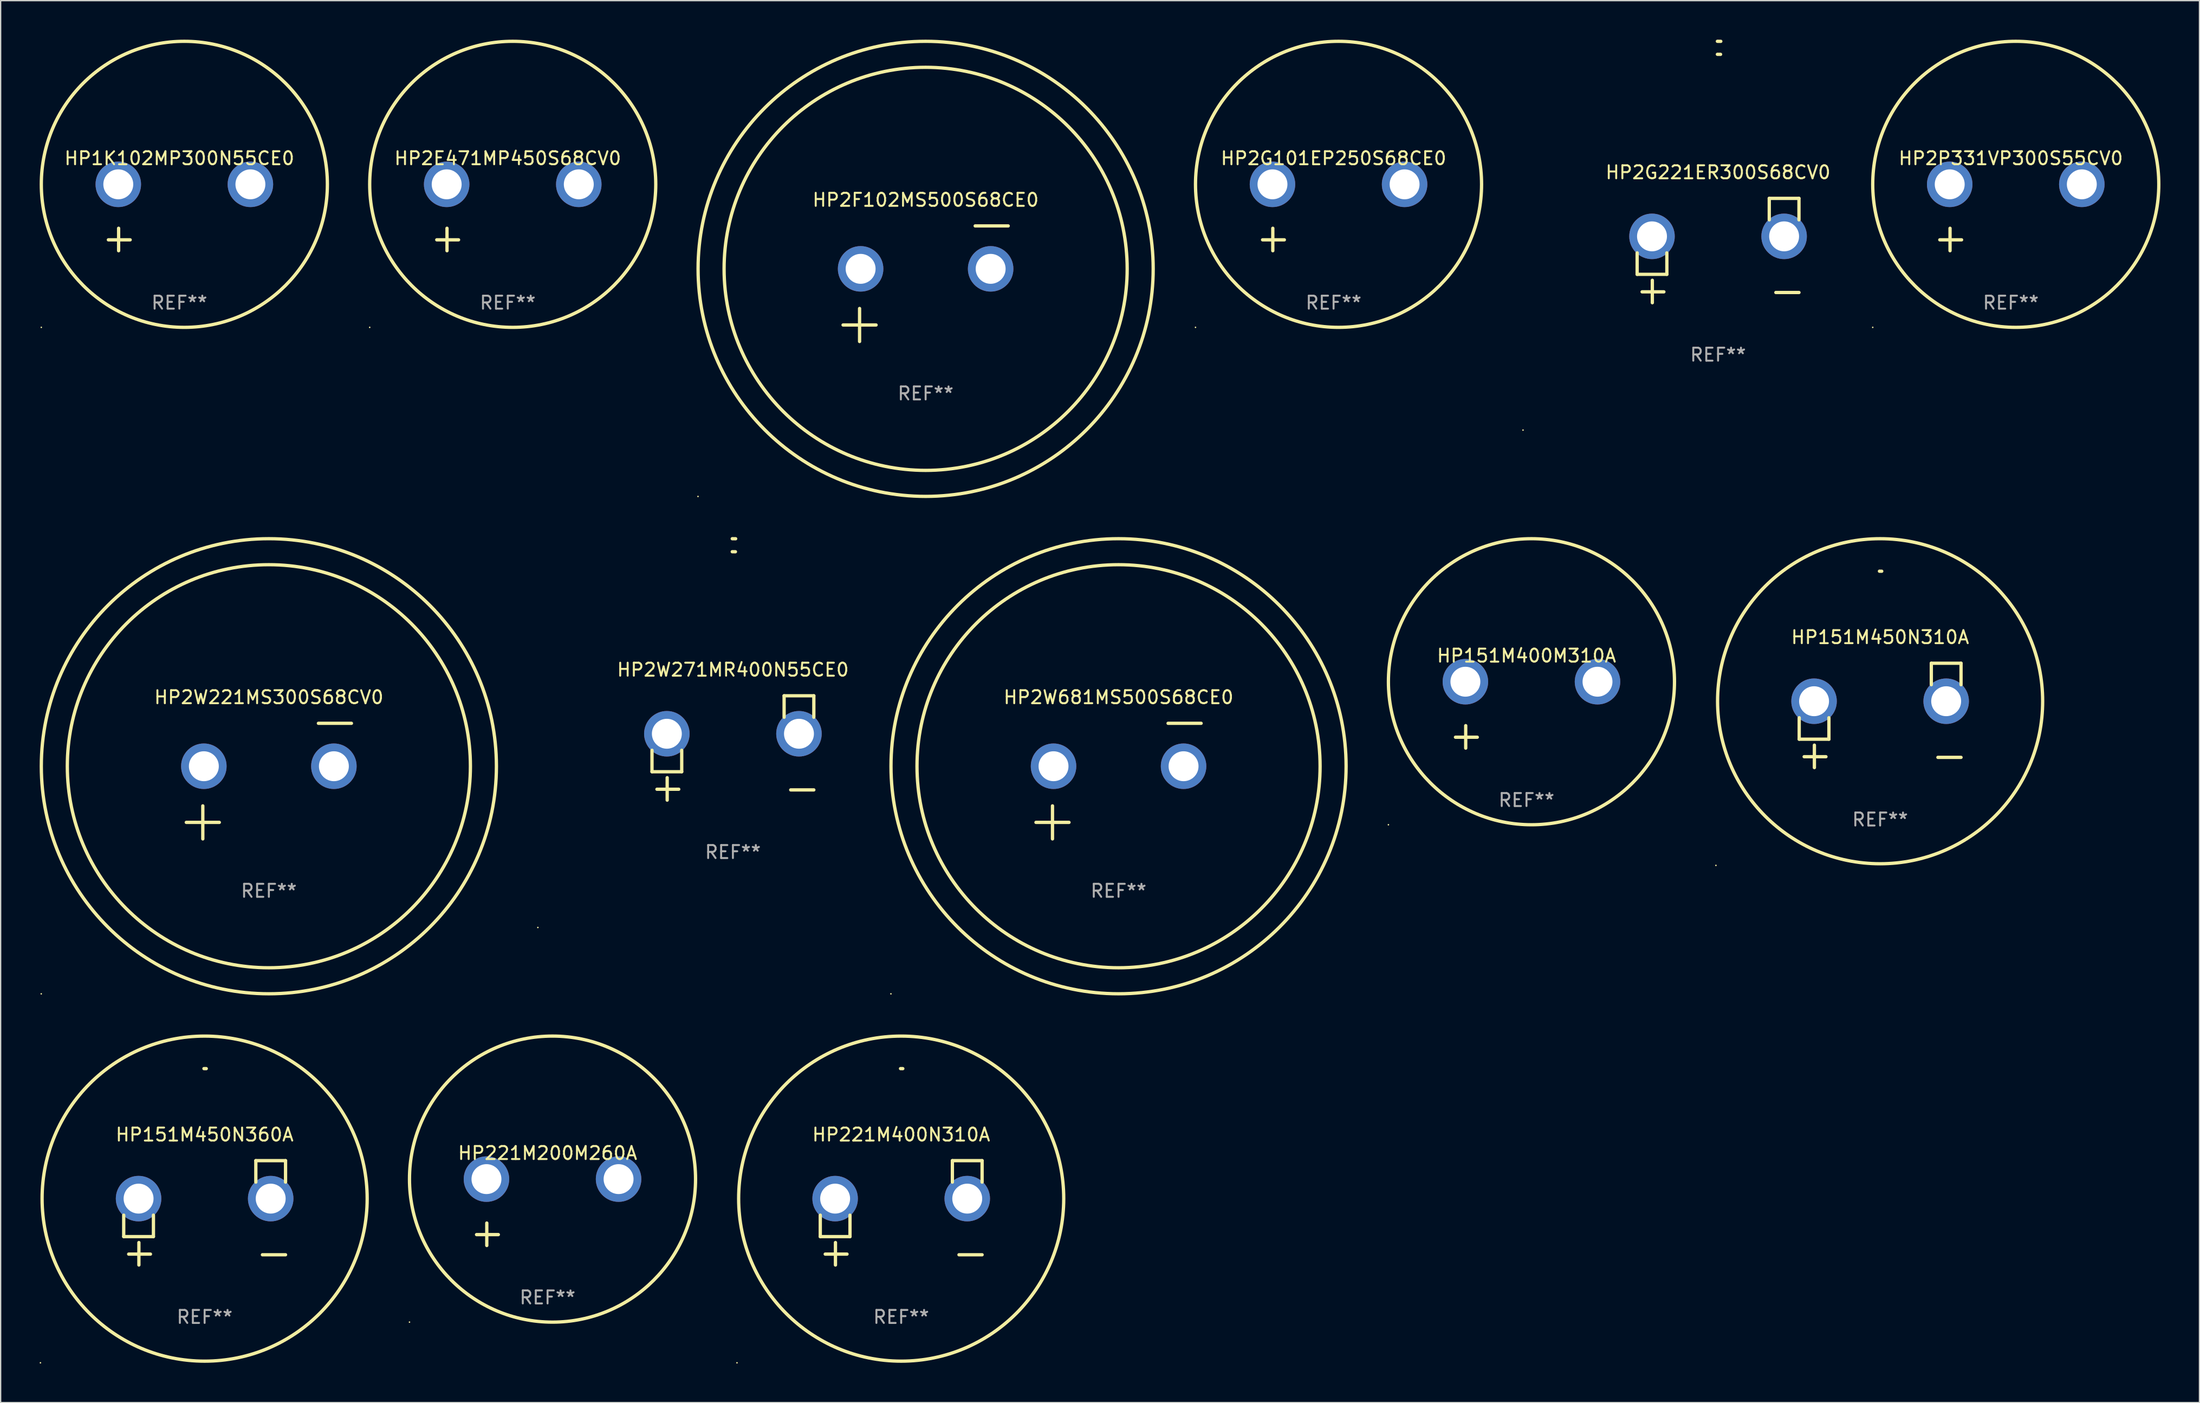
<source format=kicad_pcb>
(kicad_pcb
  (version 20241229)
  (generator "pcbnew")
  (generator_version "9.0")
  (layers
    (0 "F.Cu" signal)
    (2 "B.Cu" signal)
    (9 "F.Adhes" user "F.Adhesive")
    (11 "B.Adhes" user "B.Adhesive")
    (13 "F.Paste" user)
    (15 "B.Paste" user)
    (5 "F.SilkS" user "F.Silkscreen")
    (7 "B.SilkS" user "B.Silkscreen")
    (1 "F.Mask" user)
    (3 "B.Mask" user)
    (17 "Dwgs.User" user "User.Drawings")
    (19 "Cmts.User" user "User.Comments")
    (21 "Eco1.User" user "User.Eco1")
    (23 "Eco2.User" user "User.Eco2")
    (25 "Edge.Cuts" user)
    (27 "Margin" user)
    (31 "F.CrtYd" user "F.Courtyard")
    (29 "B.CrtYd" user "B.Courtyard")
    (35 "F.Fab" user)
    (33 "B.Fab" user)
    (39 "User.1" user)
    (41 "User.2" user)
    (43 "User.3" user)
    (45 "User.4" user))
  (footprint "HP151M400M310A"
    (layer "F.Cu")
    (at 114.344 51.934)
    (property "Reference" "HP151M400M310A" (at 0 -4.553 0) (layer "F.SilkS") (effects (font (size 1 1) (thickness 0.15))))
    (attr through_hole)
    (fp_line (start -4.674 2.553) (end -4.674 0.826) (stroke (width 0.254) (type solid)) (layer "F.SilkS"))
    (fp_line (start -3.785 1.715) (end -5.461 1.715) (stroke (width 0.254) (type solid)) (layer "F.SilkS"))
    (fp_circle (center -10.619 8.447) (end -10.589 8.447) (stroke (width 0.06) (type solid)) (fill no) (layer "F.SilkS"))
    (fp_circle (center 0.381 -2.553) (end 11.381 -2.553) (stroke (width 0.254) (type solid)) (fill no) (layer "F.SilkS"))
    (fp_text user "REF**" (at 0 6.553 0) (layer "F.Fab") (effects (font (size 1 1) (thickness 0.15))))
    (pad "1" thru_hole circle (at -4.699 -2.553) (size 3.5 3.5) (drill 2.3) (layers "*.Cu" "*.Mask"))
    (pad "2" thru_hole circle (at 5.461 -2.553) (size 3.5 3.5) (drill 2.3) (layers "*.Cu" "*.Mask")))
  (footprint "HP151M450N360A"
    (layer "F.Cu")
    (at 12.687 90.228)
    (property "Reference" "HP151M450N360A" (at 0 -6.013 0) (layer "F.SilkS") (effects (font (size 1 1) (thickness 0.15))))
    (attr through_hole)
    (fp_line (start -6.223 0.178) (end -6.223 1.829) (stroke (width 0.254) (type solid)) (layer "F.SilkS"))
    (fp_line (start -6.223 1.829) (end -3.937 1.829) (stroke (width 0.254) (type solid)) (layer "F.SilkS"))
    (fp_line (start -5.055 4.013) (end -5.055 2.286) (stroke (width 0.254) (type solid)) (layer "F.SilkS"))
    (fp_line (start -4.166 3.175) (end -5.842 3.175) (stroke (width 0.254) (type solid)) (layer "F.SilkS"))
    (fp_line (start -3.937 1.829) (end -3.937 0.178) (stroke (width 0.254) (type solid)) (layer "F.SilkS"))
    (fp_line (start 3.937 -4.013) (end 3.937 -2.362) (stroke (width 0.254) (type solid)) (layer "F.SilkS"))
    (fp_line (start 6.223 -4.013) (end 3.937 -4.013) (stroke (width 0.254) (type solid)) (layer "F.SilkS"))
    (fp_line (start 6.223 -2.362) (end 6.223 -4.013) (stroke (width 0.254) (type solid)) (layer "F.SilkS"))
    (fp_line (start 6.223 3.226) (end 4.445 3.226) (stroke (width 0.254) (type solid)) (layer "F.SilkS"))
    (fp_arc (start -0.0508 -11.092202) (mid 0.036835 -11.091307) (end 0.12446 -11.089662) (stroke (width 0.254001) (type solid)) (layer "F.SilkS"))
    (fp_circle (center -12.627 11.535) (end -12.597 11.535) (stroke (width 0.06) (type solid)) (fill no) (layer "F.SilkS"))
    (fp_circle (center 0 -1.092) (end 12.5 -1.092) (stroke (width 0.254) (type solid)) (fill no) (layer "F.SilkS"))
    (fp_text user "REF**" (at 0 8.013 0) (layer "F.Fab") (effects (font (size 1 1) (thickness 0.15))))
    (pad "1" thru_hole circle (at -5.08 -1.092) (size 3.5 3.5) (drill 2.3) (layers "*.Cu" "*.Mask"))
    (pad "2" thru_hole circle (at 5.08 -1.092) (size 3.5 3.5) (drill 2.3) (layers "*.Cu" "*.Mask")))
  (footprint "HP2W681MS500S68CE0"
    (layer "F.Cu")
    (at 82.971 57.024)
    (property "Reference" "HP2W681MS500S68CE0" (at 0 -6.445 0) (layer "F.SilkS") (effects (font (size 1 1) (thickness 0.15))))
    (attr through_hole)
    (fp_line (start -6.35 3.175) (end -3.81 3.175) (stroke (width 0.254) (type solid)) (layer "F.SilkS"))
    (fp_line (start -5.08 1.905) (end -5.08 4.445) (stroke (width 0.254) (type solid)) (layer "F.SilkS"))
    (fp_line (start 3.81 -4.445) (end 6.35 -4.445) (stroke (width 0.254) (type solid)) (layer "F.SilkS"))
    (fp_circle (center -17.505 16.362) (end -17.475 16.362) (stroke (width 0.06) (type solid)) (fill no) (layer "F.SilkS"))
    (fp_circle (center 0 -1.143) (end 15.5 -1.143) (stroke (width 0.254) (type solid)) (fill no) (layer "F.SilkS"))
    (fp_circle (center 0 -1.143) (end 17.5 -1.143) (stroke (width 0.254) (type solid)) (fill no) (layer "F.SilkS"))
    (fp_text user "REF**" (at 0 8.445 0) (layer "F.Fab") (effects (font (size 1 1) (thickness 0.15))))
    (pad "1" thru_hole circle (at -5 -1.143) (size 3.5 3.5) (drill 2.3) (layers "*.Cu" "*.Mask"))
    (pad "2" thru_hole circle (at 5 -1.143) (size 3.5 3.5) (drill 2.3) (layers "*.Cu" "*.Mask")))
  (footprint "HP151M450N310A"
    (layer "F.Cu")
    (at 141.539 51.973)
    (property "Reference" "HP151M450N310A" (at 0 -6.013 0) (layer "F.SilkS") (effects (font (size 1 1) (thickness 0.15))))
    (attr through_hole)
    (fp_line (start -6.223 0.178) (end -6.223 1.829) (stroke (width 0.254) (type solid)) (layer "F.SilkS"))
    (fp_line (start -6.223 1.829) (end -3.937 1.829) (stroke (width 0.254) (type solid)) (layer "F.SilkS"))
    (fp_line (start -5.055 4.013) (end -5.055 2.286) (stroke (width 0.254) (type solid)) (layer "F.SilkS"))
    (fp_line (start -4.166 3.175) (end -5.842 3.175) (stroke (width 0.254) (type solid)) (layer "F.SilkS"))
    (fp_line (start -3.937 1.829) (end -3.937 0.178) (stroke (width 0.254) (type solid)) (layer "F.SilkS"))
    (fp_line (start 3.937 -4.013) (end 3.937 -2.362) (stroke (width 0.254) (type solid)) (layer "F.SilkS"))
    (fp_line (start 6.223 -4.013) (end 3.937 -4.013) (stroke (width 0.254) (type solid)) (layer "F.SilkS"))
    (fp_line (start 6.223 -2.362) (end 6.223 -4.013) (stroke (width 0.254) (type solid)) (layer "F.SilkS"))
    (fp_line (start 6.223 3.226) (end 4.445 3.226) (stroke (width 0.254) (type solid)) (layer "F.SilkS"))
    (fp_arc (start -0.0508 -11.092202) (mid 0.036835 -11.091307) (end 0.12446 -11.089662) (stroke (width 0.254001) (type solid)) (layer "F.SilkS"))
    (fp_circle (center -12.627 11.535) (end -12.597 11.535) (stroke (width 0.06) (type solid)) (fill no) (layer "F.SilkS"))
    (fp_circle (center 0 -1.092) (end 12.5 -1.092) (stroke (width 0.254) (type solid)) (fill no) (layer "F.SilkS"))
    (fp_text user "REF**" (at 0 8.013 0) (layer "F.Fab") (effects (font (size 1 1) (thickness 0.15))))
    (pad "1" thru_hole circle (at -5.08 -1.092) (size 3.5 3.5) (drill 2.3) (layers "*.Cu" "*.Mask"))
    (pad "2" thru_hole circle (at 5.08 -1.092) (size 3.5 3.5) (drill 2.3) (layers "*.Cu" "*.Mask")))
  (footprint "HP2P331VP300S55CV0"
    (layer "F.Cu")
    (at 151.59 13.68)
    (property "Reference" "HP2P331VP300S55CV0" (at 0 -4.553 0) (layer "F.SilkS") (effects (font (size 1 1) (thickness 0.15))))
    (attr through_hole)
    (fp_line (start -4.674 2.553) (end -4.674 0.826) (stroke (width 0.254) (type solid)) (layer "F.SilkS"))
    (fp_line (start -3.785 1.715) (end -5.461 1.715) (stroke (width 0.254) (type solid)) (layer "F.SilkS"))
    (fp_circle (center -10.619 8.447) (end -10.589 8.447) (stroke (width 0.06) (type solid)) (fill no) (layer "F.SilkS"))
    (fp_circle (center 0.381 -2.553) (end 11.381 -2.553) (stroke (width 0.254) (type solid)) (fill no) (layer "F.SilkS"))
    (fp_text user "REF**" (at 0 6.553 0) (layer "F.Fab") (effects (font (size 1 1) (thickness 0.15))))
    (pad "1" thru_hole circle (at -4.699 -2.553) (size 3.5 3.5) (drill 2.3) (layers "*.Cu" "*.Mask"))
    (pad "2" thru_hole circle (at 5.461 -2.553) (size 3.5 3.5) (drill 2.3) (layers "*.Cu" "*.Mask")))
  (footprint "HP2G101EP250S68CE0"
    (layer "F.Cu")
    (at 99.508 13.68)
    (property "Reference" "HP2G101EP250S68CE0" (at 0 -4.553 0) (layer "F.SilkS") (effects (font (size 1 1) (thickness 0.15))))
    (attr through_hole)
    (fp_line (start -4.674 2.553) (end -4.674 0.826) (stroke (width 0.254) (type solid)) (layer "F.SilkS"))
    (fp_line (start -3.785 1.715) (end -5.461 1.715) (stroke (width 0.254) (type solid)) (layer "F.SilkS"))
    (fp_circle (center -10.619 8.447) (end -10.589 8.447) (stroke (width 0.06) (type solid)) (fill no) (layer "F.SilkS"))
    (fp_circle (center 0.381 -2.553) (end 11.381 -2.553) (stroke (width 0.254) (type solid)) (fill no) (layer "F.SilkS"))
    (fp_text user "REF**" (at 0 6.553 0) (layer "F.Fab") (effects (font (size 1 1) (thickness 0.15))))
    (pad "1" thru_hole circle (at -4.699 -2.553) (size 3.5 3.5) (drill 2.3) (layers "*.Cu" "*.Mask"))
    (pad "2" thru_hole circle (at 5.461 -2.553) (size 3.5 3.5) (drill 2.3) (layers "*.Cu" "*.Mask")))
  (footprint "HP221M200M260A"
    (layer "F.Cu")
    (at 39.06 90.188)
    (property "Reference" "HP221M200M260A" (at 0 -4.553 0) (layer "F.SilkS") (effects (font (size 1 1) (thickness 0.15))))
    (attr through_hole)
    (fp_line (start -4.674 2.553) (end -4.674 0.826) (stroke (width 0.254) (type solid)) (layer "F.SilkS"))
    (fp_line (start -3.785 1.715) (end -5.461 1.715) (stroke (width 0.254) (type solid)) (layer "F.SilkS"))
    (fp_circle (center -10.619 8.447) (end -10.589 8.447) (stroke (width 0.06) (type solid)) (fill no) (layer "F.SilkS"))
    (fp_circle (center 0.381 -2.553) (end 11.381 -2.553) (stroke (width 0.254) (type solid)) (fill no) (layer "F.SilkS"))
    (fp_text user "REF**" (at 0 6.553 0) (layer "F.Fab") (effects (font (size 1 1) (thickness 0.15))))
    (pad "1" thru_hole circle (at -4.699 -2.553) (size 3.5 3.5) (drill 2.3) (layers "*.Cu" "*.Mask"))
    (pad "2" thru_hole circle (at 5.461 -2.553) (size 3.5 3.5) (drill 2.3) (layers "*.Cu" "*.Mask")))
  (footprint "HP2F102MS500S68CE0"
    (layer "F.Cu")
    (at 68.135 18.77)
    (property "Reference" "HP2F102MS500S68CE0" (at 0 -6.445 0) (layer "F.SilkS") (effects (font (size 1 1) (thickness 0.15))))
    (attr through_hole)
    (fp_line (start -6.35 3.175) (end -3.81 3.175) (stroke (width 0.254) (type solid)) (layer "F.SilkS"))
    (fp_line (start -5.08 1.905) (end -5.08 4.445) (stroke (width 0.254) (type solid)) (layer "F.SilkS"))
    (fp_line (start 3.81 -4.445) (end 6.35 -4.445) (stroke (width 0.254) (type solid)) (layer "F.SilkS"))
    (fp_circle (center -17.505 16.362) (end -17.475 16.362) (stroke (width 0.06) (type solid)) (fill no) (layer "F.SilkS"))
    (fp_circle (center 0 -1.143) (end 15.5 -1.143) (stroke (width 0.254) (type solid)) (fill no) (layer "F.SilkS"))
    (fp_circle (center 0 -1.143) (end 17.5 -1.143) (stroke (width 0.254) (type solid)) (fill no) (layer "F.SilkS"))
    (fp_text user "REF**" (at 0 8.445 0) (layer "F.Fab") (effects (font (size 1 1) (thickness 0.15))))
    (pad "1" thru_hole circle (at -5 -1.143) (size 3.5 3.5) (drill 2.3) (layers "*.Cu" "*.Mask"))
    (pad "2" thru_hole circle (at 5 -1.143) (size 3.5 3.5) (drill 2.3) (layers "*.Cu" "*.Mask")))
  (footprint "HP1K102MP300N55CE0"
    (layer "F.Cu")
    (at 10.746 13.68)
    (property "Reference" "HP1K102MP300N55CE0" (at 0 -4.553 0) (layer "F.SilkS") (effects (font (size 1 1) (thickness 0.15))))
    (attr through_hole)
    (fp_line (start -4.674 2.553) (end -4.674 0.826) (stroke (width 0.254) (type solid)) (layer "F.SilkS"))
    (fp_line (start -3.785 1.715) (end -5.461 1.715) (stroke (width 0.254) (type solid)) (layer "F.SilkS"))
    (fp_circle (center -10.619 8.447) (end -10.589 8.447) (stroke (width 0.06) (type solid)) (fill no) (layer "F.SilkS"))
    (fp_circle (center 0.381 -2.553) (end 11.381 -2.553) (stroke (width 0.254) (type solid)) (fill no) (layer "F.SilkS"))
    (fp_text user "REF**" (at 0 6.553 0) (layer "F.Fab") (effects (font (size 1 1) (thickness 0.15))))
    (pad "1" thru_hole circle (at -4.699 -2.553) (size 3.5 3.5) (drill 2.3) (layers "*.Cu" "*.Mask"))
    (pad "2" thru_hole circle (at 5.461 -2.553) (size 3.5 3.5) (drill 2.3) (layers "*.Cu" "*.Mask")))
  (footprint "HP2G221ER300S68CV0"
    (layer "F.Cu")
    (at 129.076 16.22)
    (property "Reference" "HP2G221ER300S68CV0" (at 0 -6.013 0) (layer "F.SilkS") (effects (font (size 1 1) (thickness 0.15))))
    (attr through_hole)
    (fp_line (start -6.223 0.178) (end -6.223 1.829) (stroke (width 0.254) (type solid)) (layer "F.SilkS"))
    (fp_line (start -6.223 1.829) (end -3.937 1.829) (stroke (width 0.254) (type solid)) (layer "F.SilkS"))
    (fp_line (start -5.055 4.013) (end -5.055 2.286) (stroke (width 0.254) (type solid)) (layer "F.SilkS"))
    (fp_line (start -4.166 3.175) (end -5.842 3.175) (stroke (width 0.254) (type solid)) (layer "F.SilkS"))
    (fp_line (start -3.937 1.829) (end -3.937 0.178) (stroke (width 0.254) (type solid)) (layer "F.SilkS"))
    (fp_line (start 3.937 -4.013) (end 3.937 -2.362) (stroke (width 0.254) (type solid)) (layer "F.SilkS"))
    (fp_line (start 6.223 -4.013) (end 3.937 -4.013) (stroke (width 0.254) (type solid)) (layer "F.SilkS"))
    (fp_line (start 6.223 -2.362) (end 6.223 -4.013) (stroke (width 0.254) (type solid)) (layer "F.SilkS"))
    (fp_line (start 6.223 3.226) (end 4.445 3.226) (stroke (width 0.254) (type solid)) (layer "F.SilkS"))
    (fp_arc (start -0.0508 -16.093472) (mid 0.080016 -16.092762) (end 0.210821 -16.090932) (stroke (width 0.254001) (type solid)) (layer "F.SilkS"))
    (fp_arc (start -0.0508 -15.09271) (mid 0.071125 -15.091961) (end 0.19304 -15.09017) (stroke (width 0.254001) (type solid)) (layer "F.SilkS"))
    (fp_circle (center -15 13.808) (end -14.97 13.808) (stroke (width 0.06) (type solid)) (fill no) (layer "F.SilkS"))
    (fp_text user "REF**" (at 0 8.013 0) (layer "F.Fab") (effects (font (size 1 1) (thickness 0.15))))
    (pad "1" thru_hole circle (at -5.08 -1.092) (size 3.5 3.5) (drill 2.3) (layers "*.Cu" "*.Mask"))
    (pad "2" thru_hole circle (at 5.08 -1.092) (size 3.5 3.5) (drill 2.3) (layers "*.Cu" "*.Mask")))
  (footprint "HP2E471MP450S68CV0"
    (layer "F.Cu")
    (at 36 13.68)
    (property "Reference" "HP2E471MP450S68CV0" (at 0 -4.553 0) (layer "F.SilkS") (effects (font (size 1 1) (thickness 0.15))))
    (attr through_hole)
    (fp_line (start -4.674 2.553) (end -4.674 0.826) (stroke (width 0.254) (type solid)) (layer "F.SilkS"))
    (fp_line (start -3.785 1.715) (end -5.461 1.715) (stroke (width 0.254) (type solid)) (layer "F.SilkS"))
    (fp_circle (center -10.619 8.447) (end -10.589 8.447) (stroke (width 0.06) (type solid)) (fill no) (layer "F.SilkS"))
    (fp_circle (center 0.381 -2.553) (end 11.381 -2.553) (stroke (width 0.254) (type solid)) (fill no) (layer "F.SilkS"))
    (fp_text user "REF**" (at 0 6.553 0) (layer "F.Fab") (effects (font (size 1 1) (thickness 0.15))))
    (pad "1" thru_hole circle (at -4.699 -2.553) (size 3.5 3.5) (drill 2.3) (layers "*.Cu" "*.Mask"))
    (pad "2" thru_hole circle (at 5.461 -2.553) (size 3.5 3.5) (drill 2.3) (layers "*.Cu" "*.Mask")))
  (footprint "HP2W221MS300S68CV0"
    (layer "F.Cu")
    (at 17.627 57.024)
    (property "Reference" "HP2W221MS300S68CV0" (at 0 -6.445 0) (layer "F.SilkS") (effects (font (size 1 1) (thickness 0.15))))
    (attr through_hole)
    (fp_line (start -6.35 3.175) (end -3.81 3.175) (stroke (width 0.254) (type solid)) (layer "F.SilkS"))
    (fp_line (start -5.08 1.905) (end -5.08 4.445) (stroke (width 0.254) (type solid)) (layer "F.SilkS"))
    (fp_line (start 3.81 -4.445) (end 6.35 -4.445) (stroke (width 0.254) (type solid)) (layer "F.SilkS"))
    (fp_circle (center -17.505 16.362) (end -17.475 16.362) (stroke (width 0.06) (type solid)) (fill no) (layer "F.SilkS"))
    (fp_circle (center 0 -1.143) (end 15.5 -1.143) (stroke (width 0.254) (type solid)) (fill no) (layer "F.SilkS"))
    (fp_circle (center 0 -1.143) (end 17.5 -1.143) (stroke (width 0.254) (type solid)) (fill no) (layer "F.SilkS"))
    (fp_text user "REF**" (at 0 8.445 0) (layer "F.Fab") (effects (font (size 1 1) (thickness 0.15))))
    (pad "1" thru_hole circle (at -5 -1.143) (size 3.5 3.5) (drill 2.3) (layers "*.Cu" "*.Mask"))
    (pad "2" thru_hole circle (at 5 -1.143) (size 3.5 3.5) (drill 2.3) (layers "*.Cu" "*.Mask")))
  (footprint "HP221M400N310A"
    (layer "F.Cu")
    (at 66.255 90.228)
    (property "Reference" "HP221M400N310A" (at 0 -6.013 0) (layer "F.SilkS") (effects (font (size 1 1) (thickness 0.15))))
    (attr through_hole)
    (fp_line (start -6.223 0.178) (end -6.223 1.829) (stroke (width 0.254) (type solid)) (layer "F.SilkS"))
    (fp_line (start -6.223 1.829) (end -3.937 1.829) (stroke (width 0.254) (type solid)) (layer "F.SilkS"))
    (fp_line (start -5.055 4.013) (end -5.055 2.286) (stroke (width 0.254) (type solid)) (layer "F.SilkS"))
    (fp_line (start -4.166 3.175) (end -5.842 3.175) (stroke (width 0.254) (type solid)) (layer "F.SilkS"))
    (fp_line (start -3.937 1.829) (end -3.937 0.178) (stroke (width 0.254) (type solid)) (layer "F.SilkS"))
    (fp_line (start 3.937 -4.013) (end 3.937 -2.362) (stroke (width 0.254) (type solid)) (layer "F.SilkS"))
    (fp_line (start 6.223 -4.013) (end 3.937 -4.013) (stroke (width 0.254) (type solid)) (layer "F.SilkS"))
    (fp_line (start 6.223 -2.362) (end 6.223 -4.013) (stroke (width 0.254) (type solid)) (layer "F.SilkS"))
    (fp_line (start 6.223 3.226) (end 4.445 3.226) (stroke (width 0.254) (type solid)) (layer "F.SilkS"))
    (fp_arc (start -0.0508 -11.092202) (mid 0.036835 -11.091307) (end 0.12446 -11.089662) (stroke (width 0.254001) (type solid)) (layer "F.SilkS"))
    (fp_circle (center -12.627 11.535) (end -12.597 11.535) (stroke (width 0.06) (type solid)) (fill no) (layer "F.SilkS"))
    (fp_circle (center 0 -1.092) (end 12.5 -1.092) (stroke (width 0.254) (type solid)) (fill no) (layer "F.SilkS"))
    (fp_text user "REF**" (at 0 8.013 0) (layer "F.Fab") (effects (font (size 1 1) (thickness 0.15))))
    (pad "1" thru_hole circle (at -5.08 -1.092) (size 3.5 3.5) (drill 2.3) (layers "*.Cu" "*.Mask"))
    (pad "2" thru_hole circle (at 5.08 -1.092) (size 3.5 3.5) (drill 2.3) (layers "*.Cu" "*.Mask")))
  (footprint "HP2W271MR400N55CE0"
    (layer "F.Cu")
    (at 53.314 54.475)
    (property "Reference" "HP2W271MR400N55CE0" (at 0 -6.013 0) (layer "F.SilkS") (effects (font (size 1 1) (thickness 0.15))))
    (attr through_hole)
    (fp_line (start -6.223 0.178) (end -6.223 1.829) (stroke (width 0.254) (type solid)) (layer "F.SilkS"))
    (fp_line (start -6.223 1.829) (end -3.937 1.829) (stroke (width 0.254) (type solid)) (layer "F.SilkS"))
    (fp_line (start -5.055 4.013) (end -5.055 2.286) (stroke (width 0.254) (type solid)) (layer "F.SilkS"))
    (fp_line (start -4.166 3.175) (end -5.842 3.175) (stroke (width 0.254) (type solid)) (layer "F.SilkS"))
    (fp_line (start -3.937 1.829) (end -3.937 0.178) (stroke (width 0.254) (type solid)) (layer "F.SilkS"))
    (fp_line (start 3.937 -4.013) (end 3.937 -2.362) (stroke (width 0.254) (type solid)) (layer "F.SilkS"))
    (fp_line (start 6.223 -4.013) (end 3.937 -4.013) (stroke (width 0.254) (type solid)) (layer "F.SilkS"))
    (fp_line (start 6.223 -2.362) (end 6.223 -4.013) (stroke (width 0.254) (type solid)) (layer "F.SilkS"))
    (fp_line (start 6.223 3.226) (end 4.445 3.226) (stroke (width 0.254) (type solid)) (layer "F.SilkS"))
    (fp_arc (start -0.0508 -16.093472) (mid 0.080016 -16.092762) (end 0.210821 -16.090932) (stroke (width 0.254001) (type solid)) (layer "F.SilkS"))
    (fp_arc (start -0.0508 -15.09271) (mid 0.071125 -15.091961) (end 0.19304 -15.09017) (stroke (width 0.254001) (type solid)) (layer "F.SilkS"))
    (fp_circle (center -15 13.808) (end -14.97 13.808) (stroke (width 0.06) (type solid)) (fill no) (layer "F.SilkS"))
    (fp_text user "REF**" (at 0 8.013 0) (layer "F.Fab") (effects (font (size 1 1) (thickness 0.15))))
    (pad "1" thru_hole circle (at -5.08 -1.092) (size 3.5 3.5) (drill 2.3) (layers "*.Cu" "*.Mask"))
    (pad "2" thru_hole circle (at 5.08 -1.092) (size 3.5 3.5) (drill 2.3) (layers "*.Cu" "*.Mask")))
  (gr_rect
    (start -3 -3)
    (end 166.098 104.822)
    (stroke (width 0.1) (type default))
    (fill no)
    (layer "Edge.Cuts")))
</source>
